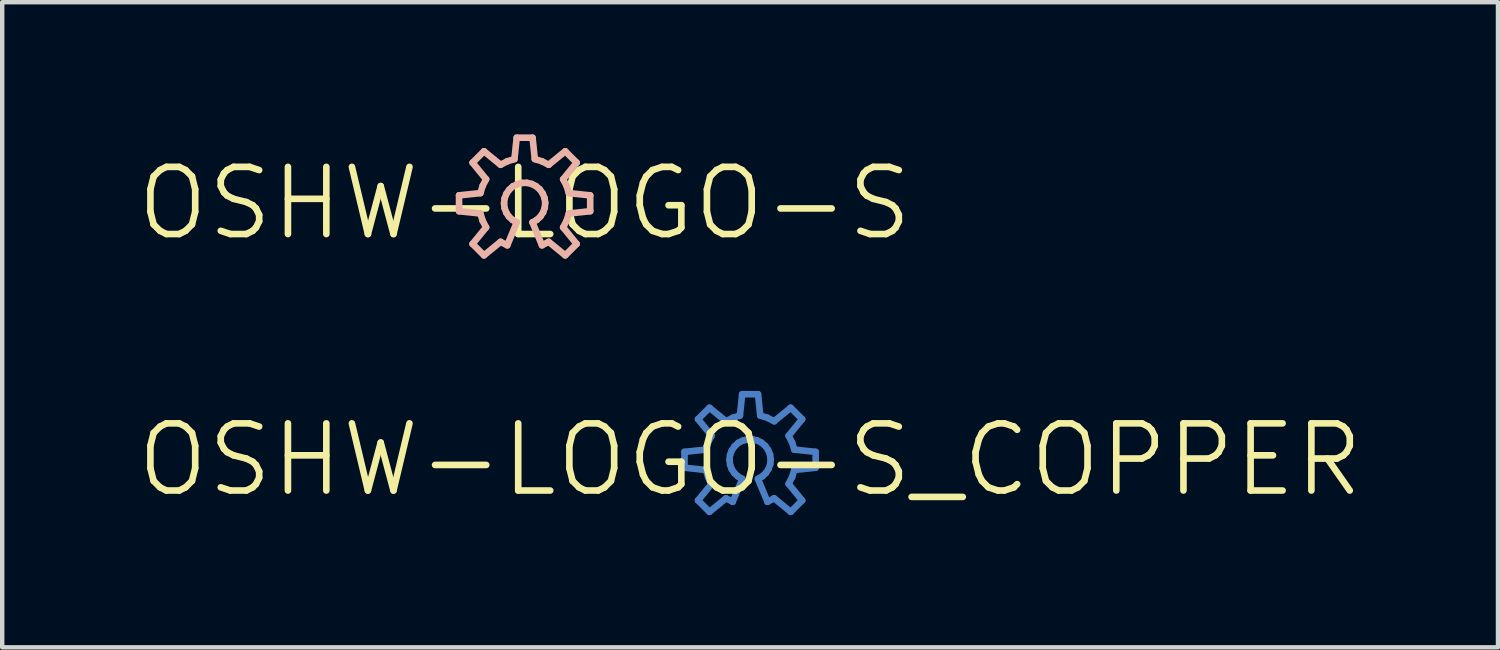
<source format=kicad_pcb>
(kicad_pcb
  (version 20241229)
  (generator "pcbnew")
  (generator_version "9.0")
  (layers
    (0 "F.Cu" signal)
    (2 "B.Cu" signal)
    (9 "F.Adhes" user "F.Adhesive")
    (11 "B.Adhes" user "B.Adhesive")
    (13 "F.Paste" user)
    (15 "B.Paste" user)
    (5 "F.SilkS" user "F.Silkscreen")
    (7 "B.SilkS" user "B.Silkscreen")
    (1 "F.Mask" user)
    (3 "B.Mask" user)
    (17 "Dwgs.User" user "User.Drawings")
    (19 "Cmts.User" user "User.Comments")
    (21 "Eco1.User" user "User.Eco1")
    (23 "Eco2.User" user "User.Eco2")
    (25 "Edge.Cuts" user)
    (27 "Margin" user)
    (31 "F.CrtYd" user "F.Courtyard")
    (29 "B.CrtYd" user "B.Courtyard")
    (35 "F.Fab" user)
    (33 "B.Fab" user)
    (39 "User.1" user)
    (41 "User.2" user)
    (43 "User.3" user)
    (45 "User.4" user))
  (footprint "OSHW-LOGO-S"
    (layer "F.Cu")
    (at 8.854 1.563)
    (property "Reference" "OSHW-LOGO-S" (at 0 0 0) (layer "F.SilkS") (effects (font (size 1.524 1.524) (thickness 0.15))))
    (attr exclude_from_pos_files exclude_from_bom)
    (fp_line (start -1.488 -0.18) (end -1.488 0.18) (stroke (width 0.15) (type solid)) (layer "B.SilkS"))
    (fp_line (start -1.488 0.18) (end -1.003 0.231) (stroke (width 0.15) (type solid)) (layer "B.SilkS"))
    (fp_line (start -1.181 -0.922) (end -0.874 -0.546) (stroke (width 0.15) (type solid)) (layer "B.SilkS"))
    (fp_line (start -1.181 0.922) (end -0.922 1.181) (stroke (width 0.15) (type solid)) (layer "B.SilkS"))
    (fp_line (start -1.003 -0.231) (end -1.488 -0.18) (stroke (width 0.15) (type solid)) (layer "B.SilkS"))
    (fp_line (start -1.003 0.231) (end -0.953 0.394) (stroke (width 0.15) (type solid)) (layer "B.SilkS"))
    (fp_line (start -0.953 -0.394) (end -1.003 -0.231) (stroke (width 0.15) (type solid)) (layer "B.SilkS"))
    (fp_line (start -0.953 0.394) (end -0.874 0.546) (stroke (width 0.15) (type solid)) (layer "B.SilkS"))
    (fp_line (start -0.922 -1.181) (end -1.181 -0.922) (stroke (width 0.15) (type solid)) (layer "B.SilkS"))
    (fp_line (start -0.922 1.181) (end -0.546 0.874) (stroke (width 0.15) (type solid)) (layer "B.SilkS"))
    (fp_line (start -0.874 -0.546) (end -0.953 -0.394) (stroke (width 0.15) (type solid)) (layer "B.SilkS"))
    (fp_line (start -0.874 0.546) (end -1.181 0.922) (stroke (width 0.15) (type solid)) (layer "B.SilkS"))
    (fp_line (start -0.546 -0.874) (end -0.922 -1.181) (stroke (width 0.15) (type solid)) (layer "B.SilkS"))
    (fp_line (start -0.546 0.874) (end -0.394 0.953) (stroke (width 0.15) (type solid)) (layer "B.SilkS"))
    (fp_line (start -0.467 0) (end -0.455 -0.109) (stroke (width 0.15) (type solid)) (layer "B.SilkS"))
    (fp_line (start -0.455 -0.109) (end -0.414 -0.216) (stroke (width 0.15) (type solid)) (layer "B.SilkS"))
    (fp_line (start -0.455 0.109) (end -0.467 0) (stroke (width 0.15) (type solid)) (layer "B.SilkS"))
    (fp_line (start -0.417 0.211) (end -0.455 0.109) (stroke (width 0.15) (type solid)) (layer "B.SilkS"))
    (fp_line (start -0.414 -0.216) (end -0.351 -0.307) (stroke (width 0.15) (type solid)) (layer "B.SilkS"))
    (fp_line (start -0.394 -0.953) (end -0.546 -0.874) (stroke (width 0.15) (type solid)) (layer "B.SilkS"))
    (fp_line (start -0.394 0.953) (end -0.178 0.432) (stroke (width 0.15) (type solid)) (layer "B.SilkS"))
    (fp_line (start -0.356 0.302) (end -0.417 0.211) (stroke (width 0.15) (type solid)) (layer "B.SilkS"))
    (fp_line (start -0.351 -0.307) (end -0.267 -0.384) (stroke (width 0.15) (type solid)) (layer "B.SilkS"))
    (fp_line (start -0.274 0.378) (end -0.356 0.302) (stroke (width 0.15) (type solid)) (layer "B.SilkS"))
    (fp_line (start -0.267 -0.384) (end -0.168 -0.434) (stroke (width 0.15) (type solid)) (layer "B.SilkS"))
    (fp_line (start -0.231 -1.003) (end -0.394 -0.953) (stroke (width 0.15) (type solid)) (layer "B.SilkS"))
    (fp_line (start -0.18 -1.488) (end -0.231 -1.003) (stroke (width 0.15) (type solid)) (layer "B.SilkS"))
    (fp_line (start -0.178 0.432) (end -0.274 0.378) (stroke (width 0.15) (type solid)) (layer "B.SilkS"))
    (fp_line (start -0.168 -0.434) (end -0.061 -0.462) (stroke (width 0.15) (type solid)) (layer "B.SilkS"))
    (fp_line (start -0.061 -0.462) (end 0.051 -0.465) (stroke (width 0.15) (type solid)) (layer "B.SilkS"))
    (fp_line (start 0.051 -0.465) (end 0.16 -0.439) (stroke (width 0.15) (type solid)) (layer "B.SilkS"))
    (fp_line (start 0.16 -0.439) (end 0.259 -0.389) (stroke (width 0.15) (type solid)) (layer "B.SilkS"))
    (fp_line (start 0.178 0.432) (end 0.394 0.953) (stroke (width 0.15) (type solid)) (layer "B.SilkS"))
    (fp_line (start 0.18 -1.488) (end -0.18 -1.488) (stroke (width 0.15) (type solid)) (layer "B.SilkS"))
    (fp_line (start 0.231 -1.003) (end 0.18 -1.488) (stroke (width 0.15) (type solid)) (layer "B.SilkS"))
    (fp_line (start 0.259 -0.389) (end 0.345 -0.315) (stroke (width 0.15) (type solid)) (layer "B.SilkS"))
    (fp_line (start 0.277 0.376) (end 0.178 0.432) (stroke (width 0.15) (type solid)) (layer "B.SilkS"))
    (fp_line (start 0.345 -0.315) (end 0.409 -0.224) (stroke (width 0.15) (type solid)) (layer "B.SilkS"))
    (fp_line (start 0.358 0.3) (end 0.277 0.376) (stroke (width 0.15) (type solid)) (layer "B.SilkS"))
    (fp_line (start 0.394 -0.953) (end 0.231 -1.003) (stroke (width 0.15) (type solid)) (layer "B.SilkS"))
    (fp_line (start 0.394 0.953) (end 0.546 0.874) (stroke (width 0.15) (type solid)) (layer "B.SilkS"))
    (fp_line (start 0.409 -0.224) (end 0.452 -0.119) (stroke (width 0.15) (type solid)) (layer "B.SilkS"))
    (fp_line (start 0.419 0.206) (end 0.358 0.3) (stroke (width 0.15) (type solid)) (layer "B.SilkS"))
    (fp_line (start 0.452 -0.119) (end 0.467 -0.01) (stroke (width 0.15) (type solid)) (layer "B.SilkS"))
    (fp_line (start 0.457 0.099) (end 0.419 0.206) (stroke (width 0.15) (type solid)) (layer "B.SilkS"))
    (fp_line (start 0.467 -0.01) (end 0.457 0.099) (stroke (width 0.15) (type solid)) (layer "B.SilkS"))
    (fp_line (start 0.546 -0.874) (end 0.394 -0.953) (stroke (width 0.15) (type solid)) (layer "B.SilkS"))
    (fp_line (start 0.546 0.874) (end 0.922 1.181) (stroke (width 0.15) (type solid)) (layer "B.SilkS"))
    (fp_line (start 0.874 -0.546) (end 1.181 -0.922) (stroke (width 0.15) (type solid)) (layer "B.SilkS"))
    (fp_line (start 0.874 0.546) (end 0.953 0.394) (stroke (width 0.15) (type solid)) (layer "B.SilkS"))
    (fp_line (start 0.922 -1.181) (end 0.546 -0.874) (stroke (width 0.15) (type solid)) (layer "B.SilkS"))
    (fp_line (start 0.922 1.181) (end 1.181 0.922) (stroke (width 0.15) (type solid)) (layer "B.SilkS"))
    (fp_line (start 0.953 -0.394) (end 0.874 -0.546) (stroke (width 0.15) (type solid)) (layer "B.SilkS"))
    (fp_line (start 0.953 0.394) (end 1.003 0.231) (stroke (width 0.15) (type solid)) (layer "B.SilkS"))
    (fp_line (start 1.003 -0.231) (end 0.953 -0.394) (stroke (width 0.15) (type solid)) (layer "B.SilkS"))
    (fp_line (start 1.003 0.231) (end 1.488 0.18) (stroke (width 0.15) (type solid)) (layer "B.SilkS"))
    (fp_line (start 1.181 -0.922) (end 0.922 -1.181) (stroke (width 0.15) (type solid)) (layer "B.SilkS"))
    (fp_line (start 1.181 0.922) (end 0.874 0.546) (stroke (width 0.15) (type solid)) (layer "B.SilkS"))
    (fp_line (start 1.488 -0.18) (end 1.003 -0.231) (stroke (width 0.15) (type solid)) (layer "B.SilkS"))
    (fp_line (start 1.488 0.18) (end 1.488 -0.18) (stroke (width 0.15) (type solid)) (layer "B.SilkS")))
  (footprint "OSHW-LOGO-S_COPPER"
    (layer "F.Cu")
    (at 13.97 7.383)
    (property "Reference" "OSHW-LOGO-S_COPPER" (at 0 0 0) (layer "F.SilkS") (effects (font (size 1.524 1.524) (thickness 0.15))))
    (attr exclude_from_pos_files exclude_from_bom)
    (fp_line (start -1.488 -0.18) (end -1.488 0.18) (stroke (width 0.15) (type solid)) (layer "B.Cu"))
    (fp_line (start -1.488 0.18) (end -1.003 0.231) (stroke (width 0.15) (type solid)) (layer "B.Cu"))
    (fp_line (start -1.181 -0.922) (end -0.874 -0.546) (stroke (width 0.15) (type solid)) (layer "B.Cu"))
    (fp_line (start -1.181 0.922) (end -0.922 1.181) (stroke (width 0.15) (type solid)) (layer "B.Cu"))
    (fp_line (start -1.003 -0.231) (end -1.488 -0.18) (stroke (width 0.15) (type solid)) (layer "B.Cu"))
    (fp_line (start -1.003 0.231) (end -0.953 0.394) (stroke (width 0.15) (type solid)) (layer "B.Cu"))
    (fp_line (start -0.953 -0.394) (end -1.003 -0.231) (stroke (width 0.15) (type solid)) (layer "B.Cu"))
    (fp_line (start -0.953 0.394) (end -0.874 0.546) (stroke (width 0.15) (type solid)) (layer "B.Cu"))
    (fp_line (start -0.922 -1.181) (end -1.181 -0.922) (stroke (width 0.15) (type solid)) (layer "B.Cu"))
    (fp_line (start -0.922 1.181) (end -0.546 0.874) (stroke (width 0.15) (type solid)) (layer "B.Cu"))
    (fp_line (start -0.874 -0.546) (end -0.953 -0.394) (stroke (width 0.15) (type solid)) (layer "B.Cu"))
    (fp_line (start -0.874 0.546) (end -1.181 0.922) (stroke (width 0.15) (type solid)) (layer "B.Cu"))
    (fp_line (start -0.546 -0.874) (end -0.922 -1.181) (stroke (width 0.15) (type solid)) (layer "B.Cu"))
    (fp_line (start -0.546 0.874) (end -0.394 0.953) (stroke (width 0.15) (type solid)) (layer "B.Cu"))
    (fp_line (start -0.467 0) (end -0.455 -0.109) (stroke (width 0.15) (type solid)) (layer "B.Cu"))
    (fp_line (start -0.455 -0.109) (end -0.414 -0.216) (stroke (width 0.15) (type solid)) (layer "B.Cu"))
    (fp_line (start -0.455 0.109) (end -0.467 0) (stroke (width 0.15) (type solid)) (layer "B.Cu"))
    (fp_line (start -0.417 0.211) (end -0.455 0.109) (stroke (width 0.15) (type solid)) (layer "B.Cu"))
    (fp_line (start -0.414 -0.216) (end -0.351 -0.307) (stroke (width 0.15) (type solid)) (layer "B.Cu"))
    (fp_line (start -0.394 -0.953) (end -0.546 -0.874) (stroke (width 0.15) (type solid)) (layer "B.Cu"))
    (fp_line (start -0.394 0.953) (end -0.178 0.432) (stroke (width 0.15) (type solid)) (layer "B.Cu"))
    (fp_line (start -0.356 0.302) (end -0.417 0.211) (stroke (width 0.15) (type solid)) (layer "B.Cu"))
    (fp_line (start -0.351 -0.307) (end -0.267 -0.384) (stroke (width 0.15) (type solid)) (layer "B.Cu"))
    (fp_line (start -0.274 0.378) (end -0.356 0.302) (stroke (width 0.15) (type solid)) (layer "B.Cu"))
    (fp_line (start -0.267 -0.384) (end -0.168 -0.434) (stroke (width 0.15) (type solid)) (layer "B.Cu"))
    (fp_line (start -0.231 -1.003) (end -0.394 -0.953) (stroke (width 0.15) (type solid)) (layer "B.Cu"))
    (fp_line (start -0.18 -1.488) (end -0.231 -1.003) (stroke (width 0.15) (type solid)) (layer "B.Cu"))
    (fp_line (start -0.178 0.432) (end -0.274 0.378) (stroke (width 0.15) (type solid)) (layer "B.Cu"))
    (fp_line (start -0.168 -0.434) (end -0.061 -0.462) (stroke (width 0.15) (type solid)) (layer "B.Cu"))
    (fp_line (start -0.061 -0.462) (end 0.051 -0.465) (stroke (width 0.15) (type solid)) (layer "B.Cu"))
    (fp_line (start 0.051 -0.465) (end 0.16 -0.439) (stroke (width 0.15) (type solid)) (layer "B.Cu"))
    (fp_line (start 0.16 -0.439) (end 0.259 -0.389) (stroke (width 0.15) (type solid)) (layer "B.Cu"))
    (fp_line (start 0.178 0.432) (end 0.394 0.953) (stroke (width 0.15) (type solid)) (layer "B.Cu"))
    (fp_line (start 0.18 -1.488) (end -0.18 -1.488) (stroke (width 0.15) (type solid)) (layer "B.Cu"))
    (fp_line (start 0.231 -1.003) (end 0.18 -1.488) (stroke (width 0.15) (type solid)) (layer "B.Cu"))
    (fp_line (start 0.259 -0.389) (end 0.345 -0.315) (stroke (width 0.15) (type solid)) (layer "B.Cu"))
    (fp_line (start 0.277 0.376) (end 0.178 0.432) (stroke (width 0.15) (type solid)) (layer "B.Cu"))
    (fp_line (start 0.345 -0.315) (end 0.409 -0.224) (stroke (width 0.15) (type solid)) (layer "B.Cu"))
    (fp_line (start 0.358 0.3) (end 0.277 0.376) (stroke (width 0.15) (type solid)) (layer "B.Cu"))
    (fp_line (start 0.394 -0.953) (end 0.231 -1.003) (stroke (width 0.15) (type solid)) (layer "B.Cu"))
    (fp_line (start 0.394 0.953) (end 0.546 0.874) (stroke (width 0.15) (type solid)) (layer "B.Cu"))
    (fp_line (start 0.409 -0.224) (end 0.452 -0.119) (stroke (width 0.15) (type solid)) (layer "B.Cu"))
    (fp_line (start 0.419 0.206) (end 0.358 0.3) (stroke (width 0.15) (type solid)) (layer "B.Cu"))
    (fp_line (start 0.452 -0.119) (end 0.467 -0.01) (stroke (width 0.15) (type solid)) (layer "B.Cu"))
    (fp_line (start 0.457 0.099) (end 0.419 0.206) (stroke (width 0.15) (type solid)) (layer "B.Cu"))
    (fp_line (start 0.467 -0.01) (end 0.457 0.099) (stroke (width 0.15) (type solid)) (layer "B.Cu"))
    (fp_line (start 0.546 -0.874) (end 0.394 -0.953) (stroke (width 0.15) (type solid)) (layer "B.Cu"))
    (fp_line (start 0.546 0.874) (end 0.922 1.181) (stroke (width 0.15) (type solid)) (layer "B.Cu"))
    (fp_line (start 0.874 -0.546) (end 1.181 -0.922) (stroke (width 0.15) (type solid)) (layer "B.Cu"))
    (fp_line (start 0.874 0.546) (end 0.953 0.394) (stroke (width 0.15) (type solid)) (layer "B.Cu"))
    (fp_line (start 0.922 -1.181) (end 0.546 -0.874) (stroke (width 0.15) (type solid)) (layer "B.Cu"))
    (fp_line (start 0.922 1.181) (end 1.181 0.922) (stroke (width 0.15) (type solid)) (layer "B.Cu"))
    (fp_line (start 0.953 -0.394) (end 0.874 -0.546) (stroke (width 0.15) (type solid)) (layer "B.Cu"))
    (fp_line (start 0.953 0.394) (end 1.003 0.231) (stroke (width 0.15) (type solid)) (layer "B.Cu"))
    (fp_line (start 1.003 -0.231) (end 0.953 -0.394) (stroke (width 0.15) (type solid)) (layer "B.Cu"))
    (fp_line (start 1.003 0.231) (end 1.488 0.18) (stroke (width 0.15) (type solid)) (layer "B.Cu"))
    (fp_line (start 1.181 -0.922) (end 0.922 -1.181) (stroke (width 0.15) (type solid)) (layer "B.Cu"))
    (fp_line (start 1.181 0.922) (end 0.874 0.546) (stroke (width 0.15) (type solid)) (layer "B.Cu"))
    (fp_line (start 1.488 -0.18) (end 1.003 -0.231) (stroke (width 0.15) (type solid)) (layer "B.Cu"))
    (fp_line (start 1.488 0.18) (end 1.488 -0.18) (stroke (width 0.15) (type solid)) (layer "B.Cu")))
  (gr_rect
    (start -3 -3)
    (end 30.94 11.639)
    (stroke (width 0.1) (type default))
    (fill no)
    (layer "Edge.Cuts")))
</source>
